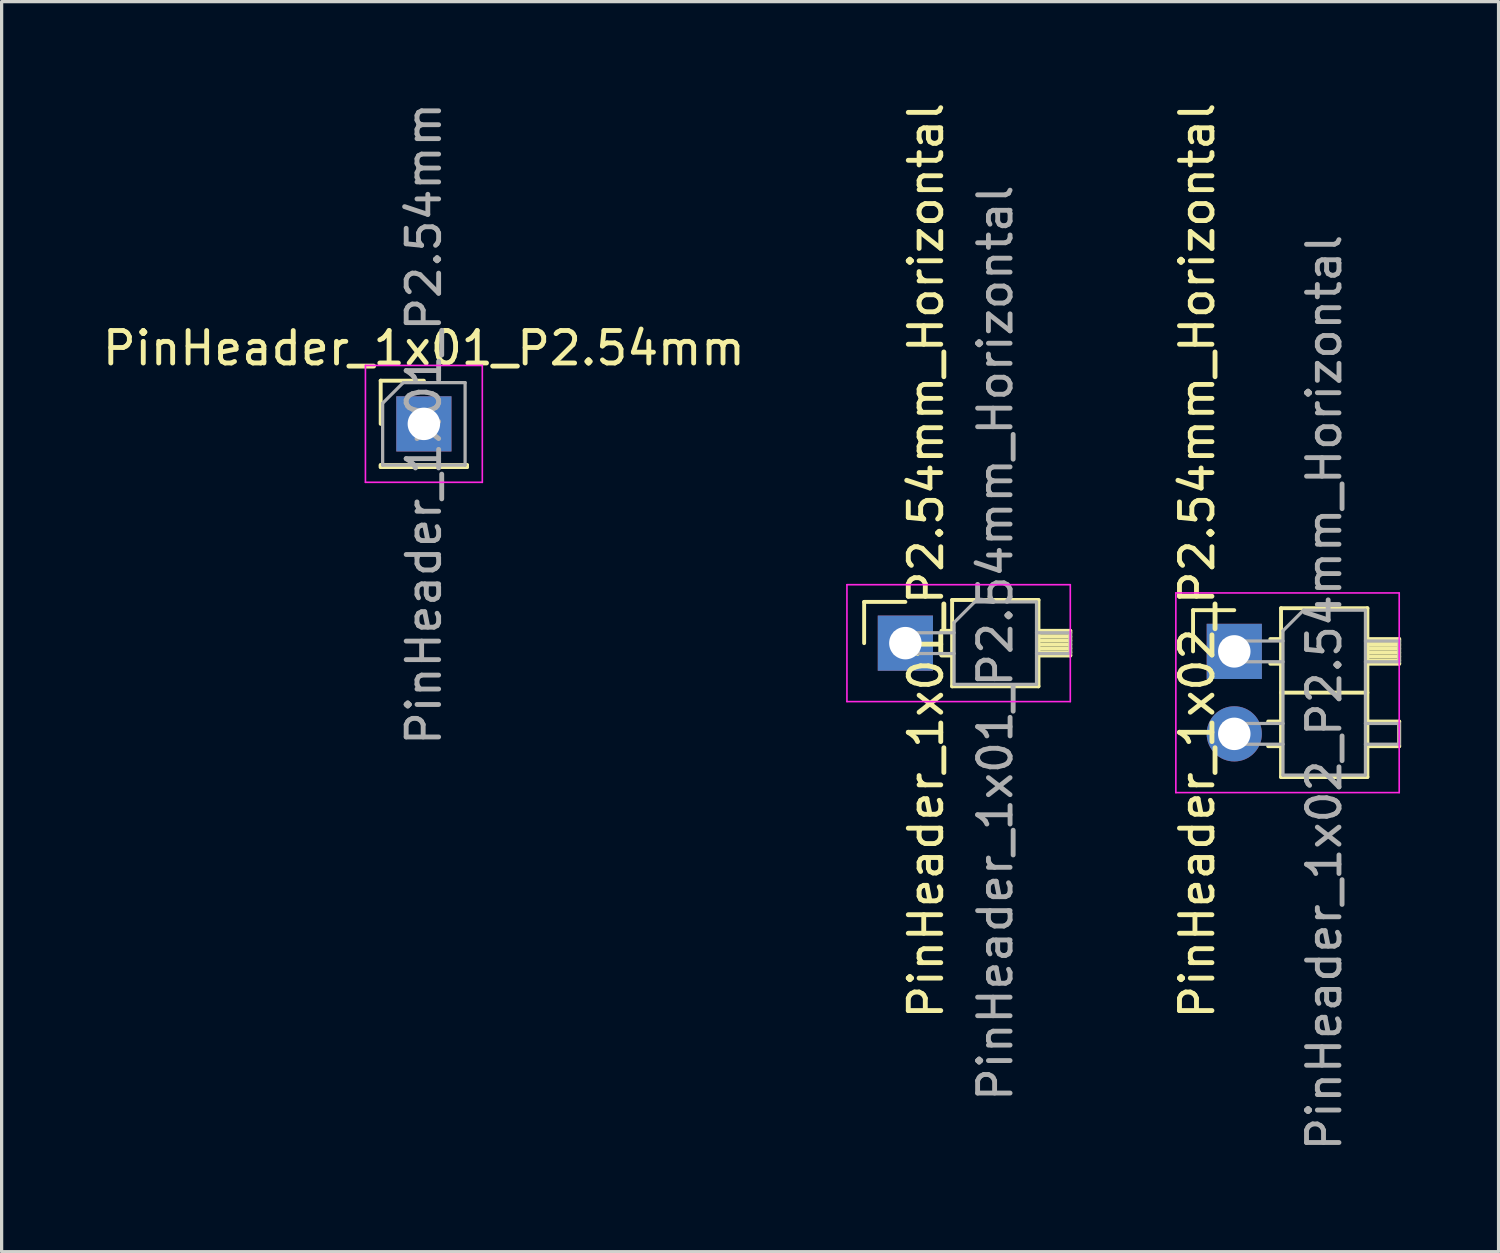
<source format=kicad_pcb>
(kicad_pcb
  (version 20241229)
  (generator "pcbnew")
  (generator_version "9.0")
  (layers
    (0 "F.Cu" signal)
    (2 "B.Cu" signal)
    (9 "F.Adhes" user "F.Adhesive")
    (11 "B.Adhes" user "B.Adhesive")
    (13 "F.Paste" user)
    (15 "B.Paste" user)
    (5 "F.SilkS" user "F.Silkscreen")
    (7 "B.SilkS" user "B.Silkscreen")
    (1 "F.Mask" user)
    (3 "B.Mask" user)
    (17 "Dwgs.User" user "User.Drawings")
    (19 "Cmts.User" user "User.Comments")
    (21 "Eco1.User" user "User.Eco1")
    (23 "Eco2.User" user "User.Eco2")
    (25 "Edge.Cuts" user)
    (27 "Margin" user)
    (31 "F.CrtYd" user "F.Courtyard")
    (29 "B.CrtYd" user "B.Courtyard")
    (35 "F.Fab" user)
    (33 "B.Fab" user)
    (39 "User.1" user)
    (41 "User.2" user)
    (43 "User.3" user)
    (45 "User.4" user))
  (footprint "PinHeader_1x01_P2.54mm"
    (layer "F.Cu")
    (at 10.006 10.006)
    (property "Reference" "PinHeader_1x01_P2.54mm" (at 0 -2.33 0) (layer "F.SilkS") (effects (font (size 1 1) (thickness 0.15))))
    (attr through_hole)
    (fp_line (start -1.33 -1.33) (end 0 -1.33) (stroke (width 0.12) (type solid)) (layer "F.SilkS"))
    (fp_line (start -1.33 0) (end -1.33 -1.33) (stroke (width 0.12) (type solid)) (layer "F.SilkS"))
    (fp_line (start -1.33 1.27) (end -1.33 1.33) (stroke (width 0.12) (type solid)) (layer "F.SilkS"))
    (fp_line (start -1.33 1.27) (end 1.33 1.27) (stroke (width 0.12) (type solid)) (layer "F.SilkS"))
    (fp_line (start -1.33 1.33) (end 1.33 1.33) (stroke (width 0.12) (type solid)) (layer "F.SilkS"))
    (fp_line (start 1.33 1.27) (end 1.33 1.33) (stroke (width 0.12) (type solid)) (layer "F.SilkS"))
    (fp_line (start -1.8 -1.8) (end -1.8 1.8) (stroke (width 0.05) (type solid)) (layer "F.CrtYd"))
    (fp_line (start -1.8 1.8) (end 1.8 1.8) (stroke (width 0.05) (type solid)) (layer "F.CrtYd"))
    (fp_line (start 1.8 -1.8) (end -1.8 -1.8) (stroke (width 0.05) (type solid)) (layer "F.CrtYd"))
    (fp_line (start 1.8 1.8) (end 1.8 -1.8) (stroke (width 0.05) (type solid)) (layer "F.CrtYd"))
    (fp_line (start -1.27 -0.635) (end -0.635 -1.27) (stroke (width 0.1) (type solid)) (layer "F.Fab"))
    (fp_line (start -1.27 1.27) (end -1.27 -0.635) (stroke (width 0.1) (type solid)) (layer "F.Fab"))
    (fp_line (start -0.635 -1.27) (end 1.27 -1.27) (stroke (width 0.1) (type solid)) (layer "F.Fab"))
    (fp_line (start 1.27 -1.27) (end 1.27 1.27) (stroke (width 0.1) (type solid)) (layer "F.Fab"))
    (fp_line (start 1.27 1.27) (end -1.27 1.27) (stroke (width 0.1) (type solid)) (layer "F.Fab"))
    (fp_text user "${REFERENCE}" (at 0 0 90) (layer "F.Fab") (effects (font (size 1 1) (thickness 0.15))))
    (pad "1" thru_hole rect (at 0 0) (size 1.7 1.7) (drill 1) (layers "*.Cu" "*.Mask")))
  (footprint "PinHeader_1x02_P2.54mm_Horizontal"
    (layer "F.Cu")
    (at 34.968 17.014)
    (property "Reference" "PinHeader_1x02_P2.54mm_Horizontal" (at -1.143 -2.794 270) (layer "F.SilkS") (effects (font (size 1 1) (thickness 0.15))))
    (attr through_hole)
    (fp_line (start -1.27 -1.27) (end 0 -1.27) (stroke (width 0.12) (type solid)) (layer "F.SilkS"))
    (fp_line (start -1.27 0) (end -1.27 -1.27) (stroke (width 0.12) (type solid)) (layer "F.SilkS"))
    (fp_line (start 1.043 2.16) (end 1.44 2.16) (stroke (width 0.12) (type solid)) (layer "F.SilkS"))
    (fp_line (start 1.043 2.92) (end 1.44 2.92) (stroke (width 0.12) (type solid)) (layer "F.SilkS"))
    (fp_line (start 1.11 -0.38) (end 1.44 -0.38) (stroke (width 0.12) (type solid)) (layer "F.SilkS"))
    (fp_line (start 1.11 0.38) (end 1.44 0.38) (stroke (width 0.12) (type solid)) (layer "F.SilkS"))
    (fp_line (start 1.44 -1.33) (end 1.44 3.87) (stroke (width 0.12) (type solid)) (layer "F.SilkS"))
    (fp_line (start 1.44 1.27) (end 4.1 1.27) (stroke (width 0.12) (type solid)) (layer "F.SilkS"))
    (fp_line (start 1.44 3.87) (end 4.1 3.87) (stroke (width 0.12) (type solid)) (layer "F.SilkS"))
    (fp_line (start 4.1 -1.33) (end 1.44 -1.33) (stroke (width 0.12) (type solid)) (layer "F.SilkS"))
    (fp_line (start 4.1 -0.38) (end 5.08 -0.38) (stroke (width 0.12) (type solid)) (layer "F.SilkS"))
    (fp_line (start 4.1 -0.32) (end 5.08 -0.32) (stroke (width 0.12) (type solid)) (layer "F.SilkS"))
    (fp_line (start 4.1 -0.2) (end 5.08 -0.2) (stroke (width 0.12) (type solid)) (layer "F.SilkS"))
    (fp_line (start 4.1 -0.08) (end 5.08 -0.08) (stroke (width 0.12) (type solid)) (layer "F.SilkS"))
    (fp_line (start 4.1 0.04) (end 5.08 0.04) (stroke (width 0.12) (type solid)) (layer "F.SilkS"))
    (fp_line (start 4.1 0.16) (end 5.08 0.16) (stroke (width 0.12) (type solid)) (layer "F.SilkS"))
    (fp_line (start 4.1 0.28) (end 5.08 0.28) (stroke (width 0.12) (type solid)) (layer "F.SilkS"))
    (fp_line (start 4.1 2.16) (end 5.08 2.16) (stroke (width 0.12) (type solid)) (layer "F.SilkS"))
    (fp_line (start 4.1 3.87) (end 4.1 -1.33) (stroke (width 0.12) (type solid)) (layer "F.SilkS"))
    (fp_line (start 5.08 -0.38) (end 5.08 0.38) (stroke (width 0.12) (type solid)) (layer "F.SilkS"))
    (fp_line (start 5.08 0.38) (end 4.1 0.38) (stroke (width 0.12) (type solid)) (layer "F.SilkS"))
    (fp_line (start 5.08 2.16) (end 5.08 2.92) (stroke (width 0.12) (type solid)) (layer "F.SilkS"))
    (fp_line (start 5.08 2.92) (end 4.1 2.92) (stroke (width 0.12) (type solid)) (layer "F.SilkS"))
    (fp_line (start -1.8 -1.8) (end -1.8 4.35) (stroke (width 0.05) (type solid)) (layer "F.CrtYd"))
    (fp_line (start -1.8 4.35) (end 5.08 4.35) (stroke (width 0.05) (type solid)) (layer "F.CrtYd"))
    (fp_line (start 5.08 -1.8) (end -1.8 -1.8) (stroke (width 0.05) (type solid)) (layer "F.CrtYd"))
    (fp_line (start 5.08 4.35) (end 5.08 -1.8) (stroke (width 0.05) (type solid)) (layer "F.CrtYd"))
    (fp_line (start -0.32 -0.32) (end -0.32 0.32) (stroke (width 0.1) (type solid)) (layer "F.Fab"))
    (fp_line (start -0.32 -0.32) (end 1.5 -0.32) (stroke (width 0.1) (type solid)) (layer "F.Fab"))
    (fp_line (start -0.32 0.32) (end 1.5 0.32) (stroke (width 0.1) (type solid)) (layer "F.Fab"))
    (fp_line (start -0.32 2.22) (end -0.32 2.86) (stroke (width 0.1) (type solid)) (layer "F.Fab"))
    (fp_line (start -0.32 2.22) (end 1.5 2.22) (stroke (width 0.1) (type solid)) (layer "F.Fab"))
    (fp_line (start -0.32 2.86) (end 1.5 2.86) (stroke (width 0.1) (type solid)) (layer "F.Fab"))
    (fp_line (start 1.5 -0.635) (end 2.135 -1.27) (stroke (width 0.1) (type solid)) (layer "F.Fab"))
    (fp_line (start 1.5 3.81) (end 1.5 -0.635) (stroke (width 0.1) (type solid)) (layer "F.Fab"))
    (fp_line (start 2.135 -1.27) (end 4.04 -1.27) (stroke (width 0.1) (type solid)) (layer "F.Fab"))
    (fp_line (start 4.04 -1.27) (end 4.04 3.81) (stroke (width 0.1) (type solid)) (layer "F.Fab"))
    (fp_line (start 4.04 -0.32) (end 5.08 -0.32) (stroke (width 0.1) (type solid)) (layer "F.Fab"))
    (fp_line (start 4.04 0.32) (end 5.08 0.32) (stroke (width 0.1) (type solid)) (layer "F.Fab"))
    (fp_line (start 4.04 2.22) (end 5.08 2.22) (stroke (width 0.1) (type solid)) (layer "F.Fab"))
    (fp_line (start 4.04 2.86) (end 5.08 2.86) (stroke (width 0.1) (type solid)) (layer "F.Fab"))
    (fp_line (start 4.04 3.81) (end 1.5 3.81) (stroke (width 0.1) (type solid)) (layer "F.Fab"))
    (fp_line (start 5.08 -0.32) (end 5.08 0.32) (stroke (width 0.1) (type solid)) (layer "F.Fab"))
    (fp_line (start 5.08 2.22) (end 5.08 2.86) (stroke (width 0.1) (type solid)) (layer "F.Fab"))
    (fp_text user "${REFERENCE}" (at 2.77 1.27 90) (layer "F.Fab") (effects (font (size 1 1) (thickness 0.15))))
    (pad "1" thru_hole rect (at 0 0) (size 1.7 1.7) (drill 1) (layers "*.Cu" "*.Mask"))
    (pad "2" thru_hole oval (at 0 2.54) (size 1.7 1.7) (drill 1) (layers "*.Cu" "*.Mask")))
  (footprint "PinHeader_1x01_P2.54mm_Horizontal"
    (layer "F.Cu")
    (at 24.837 16.76)
    (property "Reference" "PinHeader_1x01_P2.54mm_Horizontal" (at 0.635 -2.54 270) (layer "F.SilkS") (effects (font (size 1 1) (thickness 0.15))))
    (attr through_hole)
    (fp_line (start -1.27 -1.27) (end 0 -1.27) (stroke (width 0.12) (type solid)) (layer "F.SilkS"))
    (fp_line (start -1.27 0) (end -1.27 -1.27) (stroke (width 0.12) (type solid)) (layer "F.SilkS"))
    (fp_line (start 1.11 -0.38) (end 1.44 -0.38) (stroke (width 0.12) (type solid)) (layer "F.SilkS"))
    (fp_line (start 1.11 0.38) (end 1.44 0.38) (stroke (width 0.12) (type solid)) (layer "F.SilkS"))
    (fp_line (start 1.44 -1.33) (end 1.44 1.33) (stroke (width 0.12) (type solid)) (layer "F.SilkS"))
    (fp_line (start 1.44 1.33) (end 4.1 1.33) (stroke (width 0.12) (type solid)) (layer "F.SilkS"))
    (fp_line (start 4.1 -1.33) (end 1.44 -1.33) (stroke (width 0.12) (type solid)) (layer "F.SilkS"))
    (fp_line (start 4.1 -0.38) (end 5.08 -0.38) (stroke (width 0.12) (type solid)) (layer "F.SilkS"))
    (fp_line (start 4.1 -0.32) (end 5.08 -0.32) (stroke (width 0.12) (type solid)) (layer "F.SilkS"))
    (fp_line (start 4.1 -0.2) (end 5.08 -0.2) (stroke (width 0.12) (type solid)) (layer "F.SilkS"))
    (fp_line (start 4.1 -0.08) (end 5.08 -0.08) (stroke (width 0.12) (type solid)) (layer "F.SilkS"))
    (fp_line (start 4.1 0.04) (end 5.08 0.04) (stroke (width 0.12) (type solid)) (layer "F.SilkS"))
    (fp_line (start 4.1 0.16) (end 5.08 0.16) (stroke (width 0.12) (type solid)) (layer "F.SilkS"))
    (fp_line (start 4.1 0.28) (end 5.08 0.28) (stroke (width 0.12) (type solid)) (layer "F.SilkS"))
    (fp_line (start 4.1 1.33) (end 4.1 -1.33) (stroke (width 0.12) (type solid)) (layer "F.SilkS"))
    (fp_line (start 5.08 -0.38) (end 5.08 0.38) (stroke (width 0.12) (type solid)) (layer "F.SilkS"))
    (fp_line (start 5.08 0.38) (end 4.1 0.38) (stroke (width 0.12) (type solid)) (layer "F.SilkS"))
    (fp_line (start -1.8 -1.8) (end -1.8 1.8) (stroke (width 0.05) (type solid)) (layer "F.CrtYd"))
    (fp_line (start -1.8 1.8) (end 5.08 1.8) (stroke (width 0.05) (type solid)) (layer "F.CrtYd"))
    (fp_line (start 5.08 -1.8) (end -1.8 -1.8) (stroke (width 0.05) (type solid)) (layer "F.CrtYd"))
    (fp_line (start 5.08 1.8) (end 5.08 -1.8) (stroke (width 0.05) (type solid)) (layer "F.CrtYd"))
    (fp_line (start -0.32 -0.32) (end -0.32 0.32) (stroke (width 0.1) (type solid)) (layer "F.Fab"))
    (fp_line (start -0.32 -0.32) (end 1.5 -0.32) (stroke (width 0.1) (type solid)) (layer "F.Fab"))
    (fp_line (start -0.32 0.32) (end 1.5 0.32) (stroke (width 0.1) (type solid)) (layer "F.Fab"))
    (fp_line (start 1.5 -0.635) (end 2.135 -1.27) (stroke (width 0.1) (type solid)) (layer "F.Fab"))
    (fp_line (start 1.5 1.27) (end 1.5 -0.635) (stroke (width 0.1) (type solid)) (layer "F.Fab"))
    (fp_line (start 2.135 -1.27) (end 4.04 -1.27) (stroke (width 0.1) (type solid)) (layer "F.Fab"))
    (fp_line (start 4.04 -1.27) (end 4.04 1.27) (stroke (width 0.1) (type solid)) (layer "F.Fab"))
    (fp_line (start 4.04 -0.32) (end 5.08 -0.32) (stroke (width 0.1) (type solid)) (layer "F.Fab"))
    (fp_line (start 4.04 0.32) (end 5.08 0.32) (stroke (width 0.1) (type solid)) (layer "F.Fab"))
    (fp_line (start 4.04 1.27) (end 1.5 1.27) (stroke (width 0.1) (type solid)) (layer "F.Fab"))
    (fp_line (start 5.08 -0.32) (end 5.08 0.32) (stroke (width 0.1) (type solid)) (layer "F.Fab"))
    (fp_text user "${REFERENCE}" (at 2.77 0 90) (layer "F.Fab") (effects (font (size 1 1) (thickness 0.15))))
    (pad "1" thru_hole rect (at 0 0) (size 1.7 1.7) (drill 1) (layers "*.Cu" "*.Mask")))
  (gr_rect
    (start -3 -3)
    (end 43.108 35.504)
    (stroke (width 0.1) (type default))
    (fill no)
    (layer "Edge.Cuts")))
</source>
